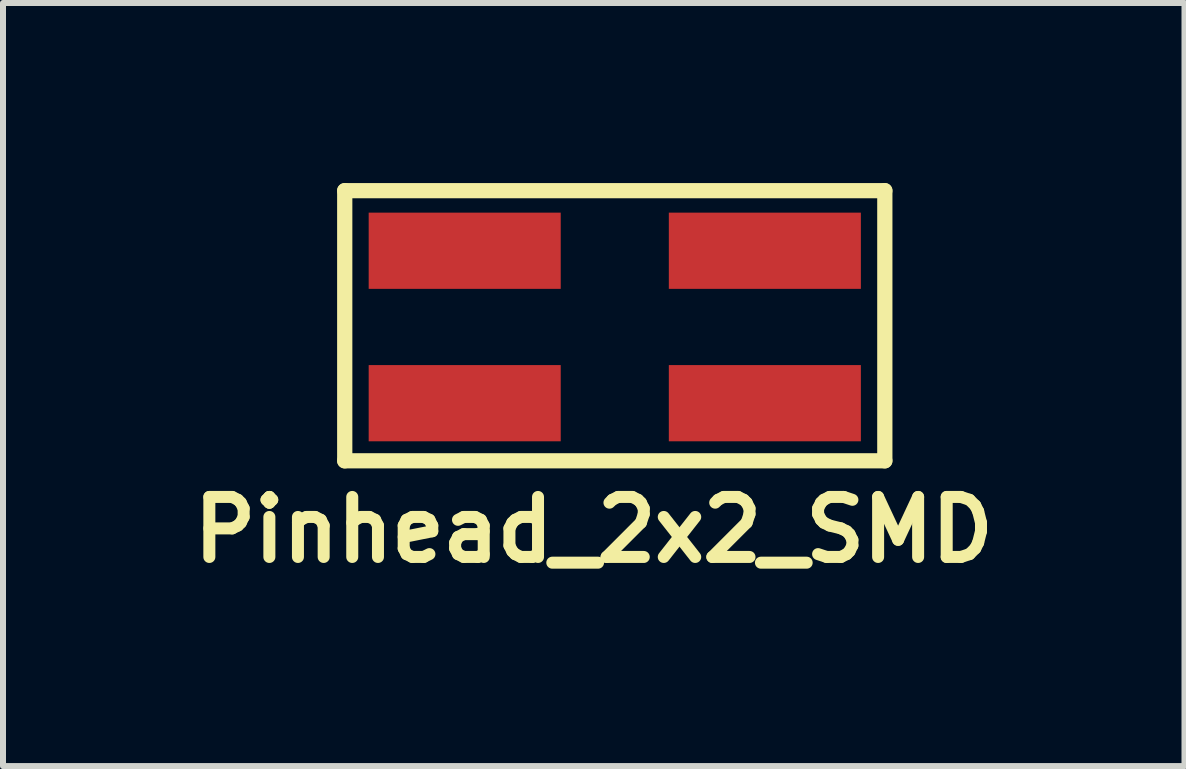
<source format=kicad_pcb>
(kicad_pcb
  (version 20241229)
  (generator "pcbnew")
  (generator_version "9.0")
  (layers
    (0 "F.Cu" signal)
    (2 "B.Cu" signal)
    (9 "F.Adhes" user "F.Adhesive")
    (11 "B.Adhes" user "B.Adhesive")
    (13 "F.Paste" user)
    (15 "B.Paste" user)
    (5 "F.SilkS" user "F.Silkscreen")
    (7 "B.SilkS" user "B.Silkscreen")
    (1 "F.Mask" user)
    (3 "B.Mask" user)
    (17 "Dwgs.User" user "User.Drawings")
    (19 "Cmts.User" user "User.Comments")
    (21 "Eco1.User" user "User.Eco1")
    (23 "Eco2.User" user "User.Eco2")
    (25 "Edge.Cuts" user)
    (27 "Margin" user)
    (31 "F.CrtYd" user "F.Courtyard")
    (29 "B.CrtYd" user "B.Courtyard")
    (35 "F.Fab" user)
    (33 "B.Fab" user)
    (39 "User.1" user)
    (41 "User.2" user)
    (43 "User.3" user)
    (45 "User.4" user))
  (footprint "Pinhead_2x2_SMD"
    (layer "F.Cu")
    (at 4.693 1.128)
    (property "Reference" "Pinhead_2x2_SMD" (at 2.15 4.65 0) (layer "F.SilkS") (effects (font (size 1 1) (thickness 0.2))))
    (attr smd)
    (fp_line (start -1.999 -1.001) (end -1.999 3.5) (stroke (width 0.254) (type solid)) (layer "F.SilkS"))
    (fp_line (start -1.999 -1.001) (end 7 -1.001) (stroke (width 0.254) (type solid)) (layer "F.SilkS"))
    (fp_line (start -1.999 3.5) (end 7 3.5) (stroke (width 0.254) (type solid)) (layer "F.SilkS"))
    (fp_line (start 7 3.5) (end 7 -1.001) (stroke (width 0.254) (type solid)) (layer "F.SilkS"))
    (pad "1" smd rect (at 0 0) (size 3.2 1.27) (layers "F.Cu" "F.Mask" "F.Paste"))
    (pad "2" smd rect (at 5.001 0) (size 3.2 1.27) (layers "F.Cu" "F.Mask" "F.Paste"))
    (pad "3" smd rect (at 0 2.54) (size 3.2 1.27) (layers "F.Cu" "F.Mask" "F.Paste"))
    (pad "4" smd rect (at 5.001 2.54) (size 3.2 1.27) (layers "F.Cu" "F.Mask" "F.Paste")))
  (gr_rect
    (start -3 -3)
    (end 16.686 9.714)
    (stroke (width 0.1) (type default))
    (fill no)
    (layer "Edge.Cuts")))
</source>
